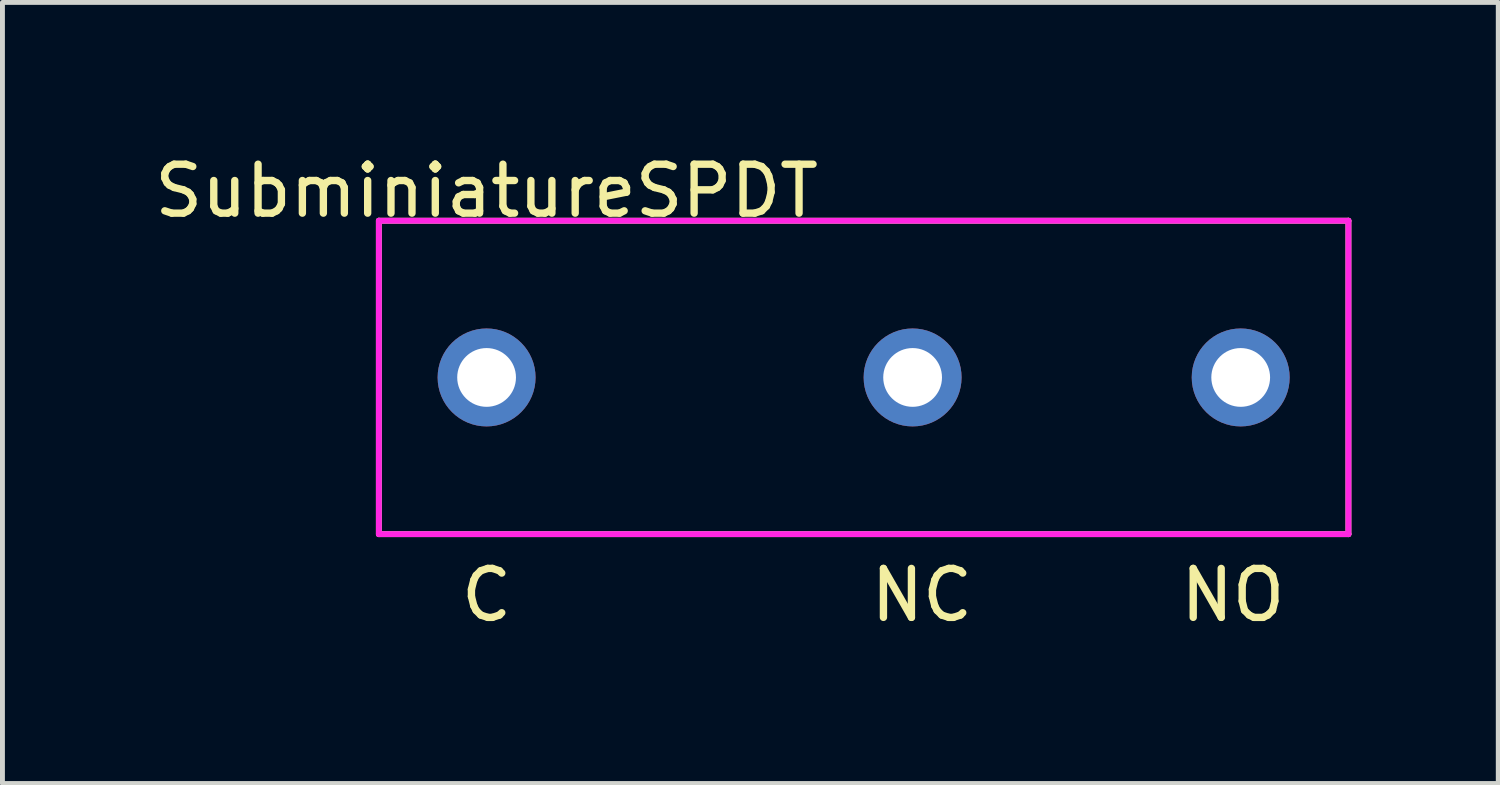
<source format=kicad_pcb>
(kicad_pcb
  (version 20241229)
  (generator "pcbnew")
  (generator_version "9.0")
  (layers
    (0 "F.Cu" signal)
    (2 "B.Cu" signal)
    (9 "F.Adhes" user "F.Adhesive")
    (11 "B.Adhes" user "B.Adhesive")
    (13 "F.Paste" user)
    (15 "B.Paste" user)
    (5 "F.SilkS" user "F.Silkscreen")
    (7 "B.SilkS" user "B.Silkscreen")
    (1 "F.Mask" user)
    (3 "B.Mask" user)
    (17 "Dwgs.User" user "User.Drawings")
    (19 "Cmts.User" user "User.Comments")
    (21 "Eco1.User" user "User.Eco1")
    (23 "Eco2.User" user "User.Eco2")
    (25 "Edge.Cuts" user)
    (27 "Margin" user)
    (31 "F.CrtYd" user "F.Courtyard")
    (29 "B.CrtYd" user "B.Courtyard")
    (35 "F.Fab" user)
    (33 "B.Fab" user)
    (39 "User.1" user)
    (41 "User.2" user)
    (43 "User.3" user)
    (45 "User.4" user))
  (footprint "SubminiatureSPDT"
    (layer "F.Cu")
    (at 6.887 4.658)
    (property "Reference" "SubminiatureSPDT" (at 0 -3.81 0) (layer "F.SilkS") (effects (font (size 1 1) (thickness 0.15))))
    (attr through_hole)
    (fp_line (start -2.2 -3.2) (end -2.2 3.2) (stroke (width 0.12) (type solid)) (layer "F.SilkS"))
    (fp_line (start -2.2 -3.2) (end 17.6 -3.2) (stroke (width 0.12) (type solid)) (layer "F.SilkS"))
    (fp_line (start -2.2 3.2) (end 17.6 3.2) (stroke (width 0.12) (type solid)) (layer "F.SilkS"))
    (fp_line (start 17.6 3.2) (end 17.6 -3.2) (stroke (width 0.12) (type solid)) (layer "F.SilkS"))
    (fp_line (start -2.2 -3.2) (end -2.2 3.2) (stroke (width 0.12) (type solid)) (layer "F.CrtYd"))
    (fp_line (start -2.2 -3.2) (end 17.6 -3.2) (stroke (width 0.12) (type solid)) (layer "F.CrtYd"))
    (fp_line (start -2.2 3.2) (end 17.6 3.2) (stroke (width 0.12) (type solid)) (layer "F.CrtYd"))
    (fp_line (start 17.6 3.2) (end 17.6 -3.2) (stroke (width 0.12) (type solid)) (layer "F.CrtYd"))
    (fp_text user "C" (at 0 4.445 0) (layer "F.SilkS") (effects (font (size 1 1) (thickness 0.15))))
    (fp_text user "NO" (at 15.24 4.445 0) (layer "F.SilkS") (effects (font (size 1 1) (thickness 0.15))))
    (fp_text user "NC" (at 8.89 4.445 0) (layer "F.SilkS") (effects (font (size 1 1) (thickness 0.15))))
    (pad "1" thru_hole circle (at 0 0) (size 2 2) (drill 1.2) (layers "*.Cu" "*.Mask"))
    (pad "2" thru_hole circle (at 8.7 0) (size 2 2) (drill 1.2) (layers "*.Cu" "*.Mask"))
    (pad "3" thru_hole circle (at 15.4 0) (size 2 2) (drill 1.2) (layers "*.Cu" "*.Mask")))
  (gr_rect
    (start -3 -3)
    (end 27.547 12.951)
    (stroke (width 0.1) (type default))
    (fill no)
    (layer "Edge.Cuts")))
</source>
